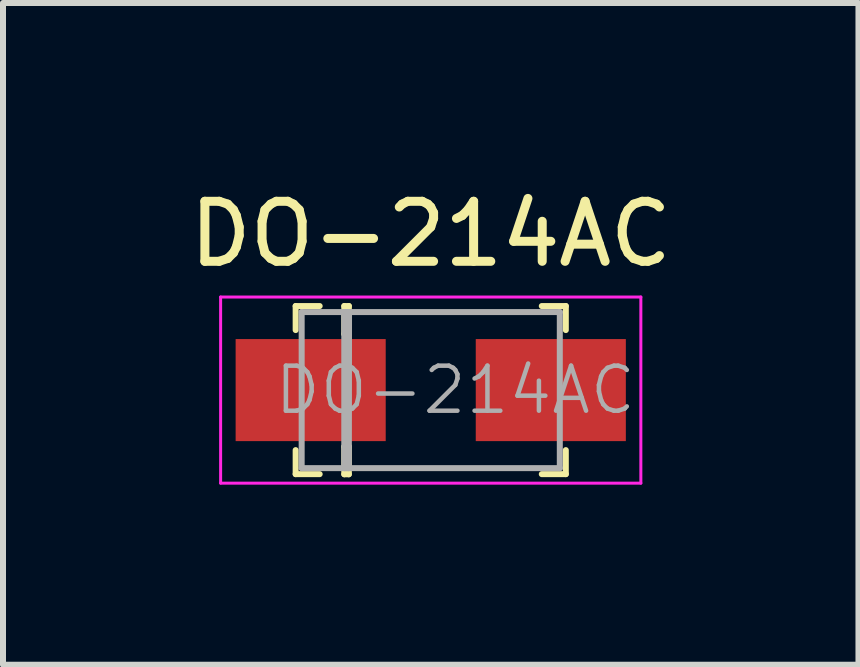
<source format=kicad_pcb>
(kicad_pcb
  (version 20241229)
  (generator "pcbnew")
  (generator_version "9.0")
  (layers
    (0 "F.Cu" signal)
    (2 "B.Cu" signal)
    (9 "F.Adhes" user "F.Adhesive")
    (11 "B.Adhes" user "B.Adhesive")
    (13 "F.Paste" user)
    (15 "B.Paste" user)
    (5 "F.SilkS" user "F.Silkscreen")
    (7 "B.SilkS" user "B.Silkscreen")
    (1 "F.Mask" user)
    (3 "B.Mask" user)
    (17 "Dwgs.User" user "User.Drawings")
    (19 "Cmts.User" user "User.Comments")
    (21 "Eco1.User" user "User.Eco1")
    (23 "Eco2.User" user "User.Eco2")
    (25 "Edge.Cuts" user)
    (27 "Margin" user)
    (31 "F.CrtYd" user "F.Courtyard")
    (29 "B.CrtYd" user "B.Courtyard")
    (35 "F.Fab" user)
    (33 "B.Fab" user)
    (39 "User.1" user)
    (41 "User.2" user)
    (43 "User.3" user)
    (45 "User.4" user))
  (footprint "DO-214AC"
    (layer "F.Cu")
    (at 4.125 3.448)
    (property "Reference" "DO-214AC" (at 0 -2.6 0) (layer "F.SilkS") (effects (font (size 1 1) (thickness 0.15))))
    (attr smd)
    (fp_line (start -2.25 -1.4) (end -2.25 -1) (stroke (width 0.1) (type solid)) (layer "F.SilkS"))
    (fp_line (start -2.25 -1.4) (end -1.85 -1.4) (stroke (width 0.1) (type solid)) (layer "F.SilkS"))
    (fp_line (start -2.25 1.4) (end -2.25 1) (stroke (width 0.1) (type solid)) (layer "F.SilkS"))
    (fp_line (start -2.25 1.4) (end -1.85 1.4) (stroke (width 0.1) (type solid)) (layer "F.SilkS"))
    (fp_line (start -1.44 -1.4) (end -1.44 -0.935) (stroke (width 0.1) (type solid)) (layer "F.SilkS"))
    (fp_line (start -1.44 -0.935) (end -1.364 -0.935) (stroke (width 0.1) (type solid)) (layer "F.SilkS"))
    (fp_line (start -1.44 0.942) (end -1.364 0.942) (stroke (width 0.1) (type solid)) (layer "F.SilkS"))
    (fp_line (start -1.44 1.402) (end -1.44 0.942) (stroke (width 0.1) (type solid)) (layer "F.SilkS"))
    (fp_line (start -1.364 -1.4) (end -1.44 -1.4) (stroke (width 0.1) (type solid)) (layer "F.SilkS"))
    (fp_line (start -1.364 -0.935) (end -1.364 -1.4) (stroke (width 0.1) (type solid)) (layer "F.SilkS"))
    (fp_line (start -1.364 0.942) (end -1.364 1.402) (stroke (width 0.1) (type solid)) (layer "F.SilkS"))
    (fp_line (start -1.364 1.402) (end -1.44 1.402) (stroke (width 0.1) (type solid)) (layer "F.SilkS"))
    (fp_line (start 2.25 -1.4) (end 1.85 -1.4) (stroke (width 0.1) (type solid)) (layer "F.SilkS"))
    (fp_line (start 2.25 -1.4) (end 2.25 -1) (stroke (width 0.1) (type solid)) (layer "F.SilkS"))
    (fp_line (start 2.25 1.4) (end 1.85 1.4) (stroke (width 0.1) (type solid)) (layer "F.SilkS"))
    (fp_line (start 2.25 1.4) (end 2.25 1) (stroke (width 0.1) (type solid)) (layer "F.SilkS"))
    (fp_line (start -3.5 -1.55) (end -3.5 1.55) (stroke (width 0.05) (type solid)) (layer "F.CrtYd"))
    (fp_line (start -3.5 -1.55) (end 3.5 -1.55) (stroke (width 0.05) (type solid)) (layer "F.CrtYd"))
    (fp_line (start -3.5 1.55) (end 3.5 1.55) (stroke (width 0.05) (type solid)) (layer "F.CrtYd"))
    (fp_line (start 3.5 -1.55) (end 3.5 1.55) (stroke (width 0.05) (type solid)) (layer "F.CrtYd"))
    (fp_line (start -2.15 -1.3) (end -2.15 1.3) (stroke (width 0.1) (type solid)) (layer "F.Fab"))
    (fp_line (start -2.15 -1.3) (end 2.15 -1.3) (stroke (width 0.1) (type solid)) (layer "F.Fab"))
    (fp_line (start -2.15 1.3) (end 2.15 1.3) (stroke (width 0.1) (type solid)) (layer "F.Fab"))
    (fp_line (start -1.44 -1.3) (end -1.44 1.3) (stroke (width 0.1) (type solid)) (layer "F.Fab"))
    (fp_line (start -1.44 1.3) (end -1.364 1.3) (stroke (width 0.1) (type solid)) (layer "F.Fab"))
    (fp_line (start -1.364 1.3) (end -1.361 -1.3) (stroke (width 0.1) (type solid)) (layer "F.Fab"))
    (fp_line (start -1.361 -1.3) (end -1.44 -1.3) (stroke (width 0.1) (type solid)) (layer "F.Fab"))
    (fp_line (start 2.15 -1.3) (end 2.15 1.3) (stroke (width 0.1) (type solid)) (layer "F.Fab"))
    (fp_text user "${REFERENCE}" (at 0.409 0 0) (layer "F.Fab") (effects (font (size 0.75 0.75) (thickness 0.075))))
    (pad "1" smd rect (at -2 0) (size 2.5 1.7) (layers "F.Cu" "F.Mask" "F.Paste"))
    (pad "2" smd rect (at 2 0) (size 2.5 1.7) (layers "F.Cu" "F.Mask" "F.Paste")))
  (gr_rect
    (start -3 -3)
    (end 11.25 8.023)
    (stroke (width 0.1) (type default))
    (fill no)
    (layer "Edge.Cuts")))
</source>
